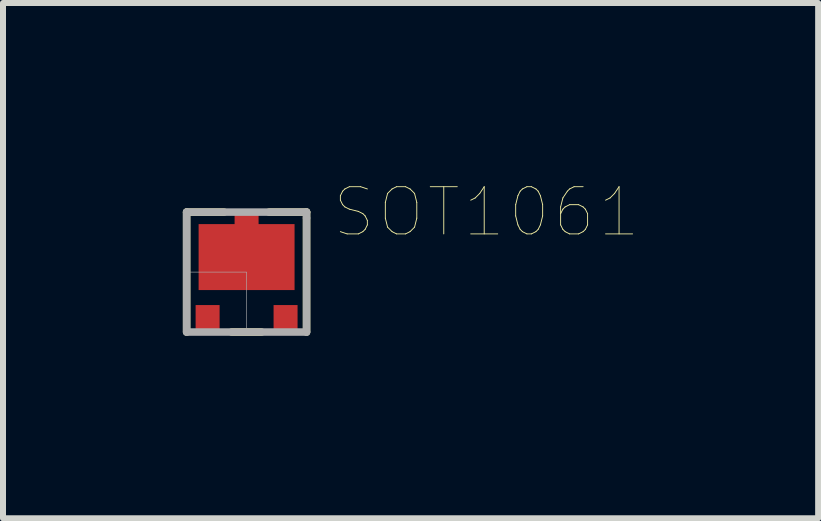
<source format=kicad_pcb>
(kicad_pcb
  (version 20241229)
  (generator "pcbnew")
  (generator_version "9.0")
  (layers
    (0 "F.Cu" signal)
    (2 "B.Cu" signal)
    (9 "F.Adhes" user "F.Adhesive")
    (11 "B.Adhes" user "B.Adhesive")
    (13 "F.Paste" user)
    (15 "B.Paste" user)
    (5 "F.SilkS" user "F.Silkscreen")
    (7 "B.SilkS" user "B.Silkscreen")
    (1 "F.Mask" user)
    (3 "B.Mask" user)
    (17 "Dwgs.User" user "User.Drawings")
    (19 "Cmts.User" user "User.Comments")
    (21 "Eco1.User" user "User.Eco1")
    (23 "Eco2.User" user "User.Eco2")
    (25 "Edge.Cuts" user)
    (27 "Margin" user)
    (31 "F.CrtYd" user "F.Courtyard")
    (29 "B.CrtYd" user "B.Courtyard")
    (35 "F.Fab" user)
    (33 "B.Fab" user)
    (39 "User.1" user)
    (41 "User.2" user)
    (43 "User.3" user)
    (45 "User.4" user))
  (footprint "SOT1061"
    (layer "F.Cu")
    (at 1.062 1.487)
    (property "Reference" "SOT1061" (at 4 -1 0) (layer "F.SilkS") (effects (font (size 0.787 0.787) (thickness 0.015))))
    (attr through_hole)
    (fp_poly (pts (xy 0.8 0.3) (xy -0.8 0.3) (xy -0.8 -0.8) (xy -0.2 -0.8) (xy -0.2 -1.05) (xy 0.2 -1.05) (xy 0.2 -0.8) (xy 0.8 -0.8)) (stroke (width 0) (type solid)) (fill yes) (layer "F.Cu"))
    (fp_poly (pts (xy -0.9 0.5) (xy -0.4 0.5) (xy -0.4 1.1) (xy -0.9 1.1)) (stroke (width 0.01) (type solid)) (fill yes) (layer "F.Mask"))
    (fp_poly (pts (xy 0.4 0.5) (xy 0.9 0.5) (xy 0.9 1.1) (xy 0.4 1.1)) (stroke (width 0.01) (type solid)) (fill yes) (layer "F.Mask"))
    (fp_poly (pts (xy 0.85 0.35) (xy -0.85 0.35) (xy -0.85 -0.85) (xy -0.25 -0.85) (xy -0.25 -1.1) (xy 0.25 -1.1) (xy 0.25 -0.85) (xy 0.85 -0.85)) (stroke (width 0) (type solid)) (fill yes) (layer "F.Mask"))
    (fp_line (start -1 -1) (end -1 1) (stroke (width 0.125) (type solid)) (layer "F.SilkS"))
    (fp_line (start -0.375 -1) (end -1 -1) (stroke (width 0.125) (type solid)) (layer "F.SilkS"))
    (fp_line (start 0.25 1) (end -0.25 1) (stroke (width 0.125) (type solid)) (layer "F.SilkS"))
    (fp_line (start 1 -1) (end 0.375 -1) (stroke (width 0.125) (type solid)) (layer "F.SilkS"))
    (fp_line (start 1 1) (end 1 -1) (stroke (width 0.125) (type solid)) (layer "F.SilkS"))
    (fp_poly (pts (xy 0.8 0.3) (xy -0.8 0.3) (xy -0.8 -0.8) (xy -0.2 -0.8) (xy -0.2 -1.05) (xy 0.2 -1.05) (xy 0.2 -0.8) (xy 0.8 -0.8)) (stroke (width 0) (type solid)) (fill yes) (layer "F.Paste"))
    (fp_line (start -1 -1) (end 1 -1) (stroke (width 0.125) (type solid)) (layer "F.Fab"))
    (fp_line (start -1 1) (end -1 -1) (stroke (width 0.125) (type solid)) (layer "F.Fab"))
    (fp_line (start 1 -1) (end 1 -0.9) (stroke (width 0.125) (type solid)) (layer "F.Fab"))
    (fp_line (start 1 -0.9) (end 1 1) (stroke (width 0.125) (type solid)) (layer "F.Fab"))
    (fp_line (start 1 1) (end -1 1) (stroke (width 0.125) (type solid)) (layer "F.Fab"))
    (fp_poly (pts (xy -1 0) (xy 0 0) (xy 0 1) (xy -1 1)) (stroke (width 0.01) (type solid)) (fill no) (layer "F.Fab"))
    (pad "1" smd rect (at -0.65 0.8) (size 0.4 0.5) (layers "F.Cu" "F.Paste"))
    (pad "2" smd rect (at 0.65 0.8) (size 0.4 0.5) (layers "F.Cu" "F.Paste"))
    (pad "3" smd rect (at 0 -0.875) (size 0.001 0.001) (layers "F.Cu")))
  (gr_rect
    (start -3 -3)
    (end 10.593 5.592)
    (stroke (width 0.1) (type default))
    (fill no)
    (layer "Edge.Cuts")))
</source>
